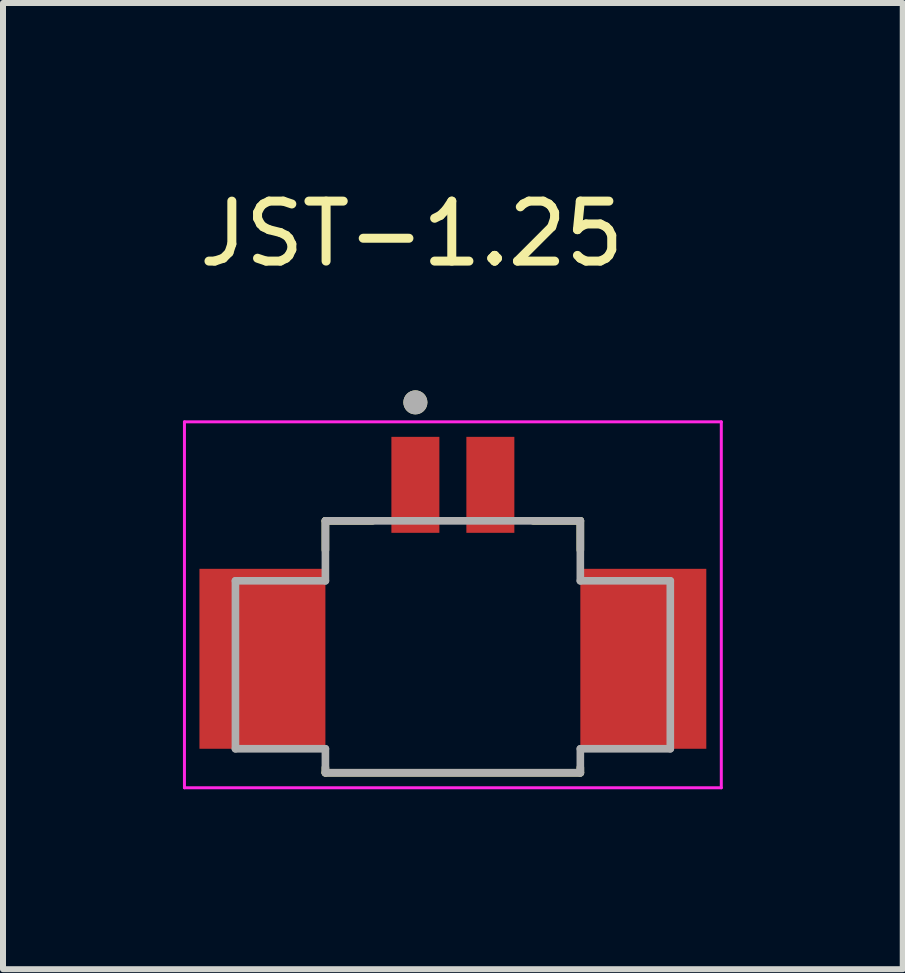
<source format=kicad_pcb>
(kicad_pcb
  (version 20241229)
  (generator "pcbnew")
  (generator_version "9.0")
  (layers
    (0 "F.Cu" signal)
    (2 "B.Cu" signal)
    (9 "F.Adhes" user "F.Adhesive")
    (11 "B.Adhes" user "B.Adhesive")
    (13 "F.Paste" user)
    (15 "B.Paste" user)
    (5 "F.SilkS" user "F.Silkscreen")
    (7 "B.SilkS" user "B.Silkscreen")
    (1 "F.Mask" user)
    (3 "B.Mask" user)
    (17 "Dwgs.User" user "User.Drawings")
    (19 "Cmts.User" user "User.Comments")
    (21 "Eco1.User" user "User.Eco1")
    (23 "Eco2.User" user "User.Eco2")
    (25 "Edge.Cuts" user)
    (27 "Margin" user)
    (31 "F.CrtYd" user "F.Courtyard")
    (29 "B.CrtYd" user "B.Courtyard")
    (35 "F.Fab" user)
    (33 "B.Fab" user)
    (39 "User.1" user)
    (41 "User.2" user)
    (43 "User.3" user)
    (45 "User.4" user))
  (footprint "JST-1.25"
    (layer "F.Cu")
    (at 4.5 7.733)
    (property "Reference" "JST-1.25" (at -0.685 -6.885 0) (layer "F.SilkS") (effects (font (size 1 1) (thickness 0.15))))
    (attr smd)
    (fp_line (start -2.125 -2.1) (end -2.125 -1.613) (stroke (width 0.127) (type solid)) (layer "F.SilkS"))
    (fp_line (start -2.125 2.014) (end -2.125 2.1) (stroke (width 0.127) (type solid)) (layer "F.SilkS"))
    (fp_line (start -2.125 2.1) (end 2.125 2.1) (stroke (width 0.127) (type solid)) (layer "F.SilkS"))
    (fp_line (start -1.339 -2.1) (end -2.125 -2.1) (stroke (width 0.127) (type solid)) (layer "F.SilkS"))
    (fp_line (start 2.125 -2.1) (end 1.339 -2.1) (stroke (width 0.127) (type solid)) (layer "F.SilkS"))
    (fp_line (start 2.125 -1.613) (end 2.125 -2.1) (stroke (width 0.127) (type solid)) (layer "F.SilkS"))
    (fp_line (start 2.125 2.014) (end 2.125 2.1) (stroke (width 0.127) (type solid)) (layer "F.SilkS"))
    (fp_circle (center -0.625 -4.075) (end -0.525 -4.075) (stroke (width 0.2) (type solid)) (fill no) (layer "F.SilkS"))
    (fp_line (start -4.475 -3.75) (end -4.475 2.35) (stroke (width 0.05) (type solid)) (layer "F.CrtYd"))
    (fp_line (start -4.475 2.35) (end 4.475 2.35) (stroke (width 0.05) (type solid)) (layer "F.CrtYd"))
    (fp_line (start 4.475 -3.75) (end -4.475 -3.75) (stroke (width 0.05) (type solid)) (layer "F.CrtYd"))
    (fp_line (start 4.475 2.35) (end 4.475 -3.75) (stroke (width 0.05) (type solid)) (layer "F.CrtYd"))
    (fp_line (start -3.625 -1.1) (end -3.625 1.7) (stroke (width 0.127) (type solid)) (layer "F.Fab"))
    (fp_line (start -3.625 1.7) (end -2.125 1.7) (stroke (width 0.127) (type solid)) (layer "F.Fab"))
    (fp_line (start -2.125 -2.1) (end -2.125 -1.1) (stroke (width 0.127) (type solid)) (layer "F.Fab"))
    (fp_line (start -2.125 -1.1) (end -3.625 -1.1) (stroke (width 0.127) (type solid)) (layer "F.Fab"))
    (fp_line (start -2.125 1.7) (end -2.125 2.1) (stroke (width 0.127) (type solid)) (layer "F.Fab"))
    (fp_line (start -2.125 2.1) (end 2.125 2.1) (stroke (width 0.127) (type solid)) (layer "F.Fab"))
    (fp_line (start 2.125 -2.1) (end -2.125 -2.1) (stroke (width 0.127) (type solid)) (layer "F.Fab"))
    (fp_line (start 2.125 -1.1) (end 2.125 -2.1) (stroke (width 0.127) (type solid)) (layer "F.Fab"))
    (fp_line (start 2.125 1.7) (end 3.625 1.7) (stroke (width 0.127) (type solid)) (layer "F.Fab"))
    (fp_line (start 2.125 2.1) (end 2.125 1.7) (stroke (width 0.127) (type solid)) (layer "F.Fab"))
    (fp_line (start 3.625 -1.1) (end 2.125 -1.1) (stroke (width 0.127) (type solid)) (layer "F.Fab"))
    (fp_line (start 3.625 1.7) (end 3.625 -1.1) (stroke (width 0.127) (type solid)) (layer "F.Fab"))
    (fp_circle (center -0.625 -4.075) (end -0.525 -4.075) (stroke (width 0.2) (type solid)) (fill no) (layer "F.Fab"))
    (pad "1" smd rect (at -0.625 -2.7) (size 0.8 1.6) (layers "F.Cu" "F.Mask" "F.Paste"))
    (pad "2" smd rect (at 0.625 -2.7) (size 0.8 1.6) (layers "F.Cu" "F.Mask" "F.Paste"))
    (pad "SH1" smd rect (at -3.175 0.2) (size 2.1 3) (layers "F.Cu" "F.Mask" "F.Paste"))
    (pad "SH2" smd rect (at 3.175 0.2) (size 2.1 3) (layers "F.Cu" "F.Mask" "F.Paste")))
  (gr_rect
    (start -3 -3)
    (end 12 13.108)
    (stroke (width 0.1) (type default))
    (fill no)
    (layer "Edge.Cuts")))
</source>
